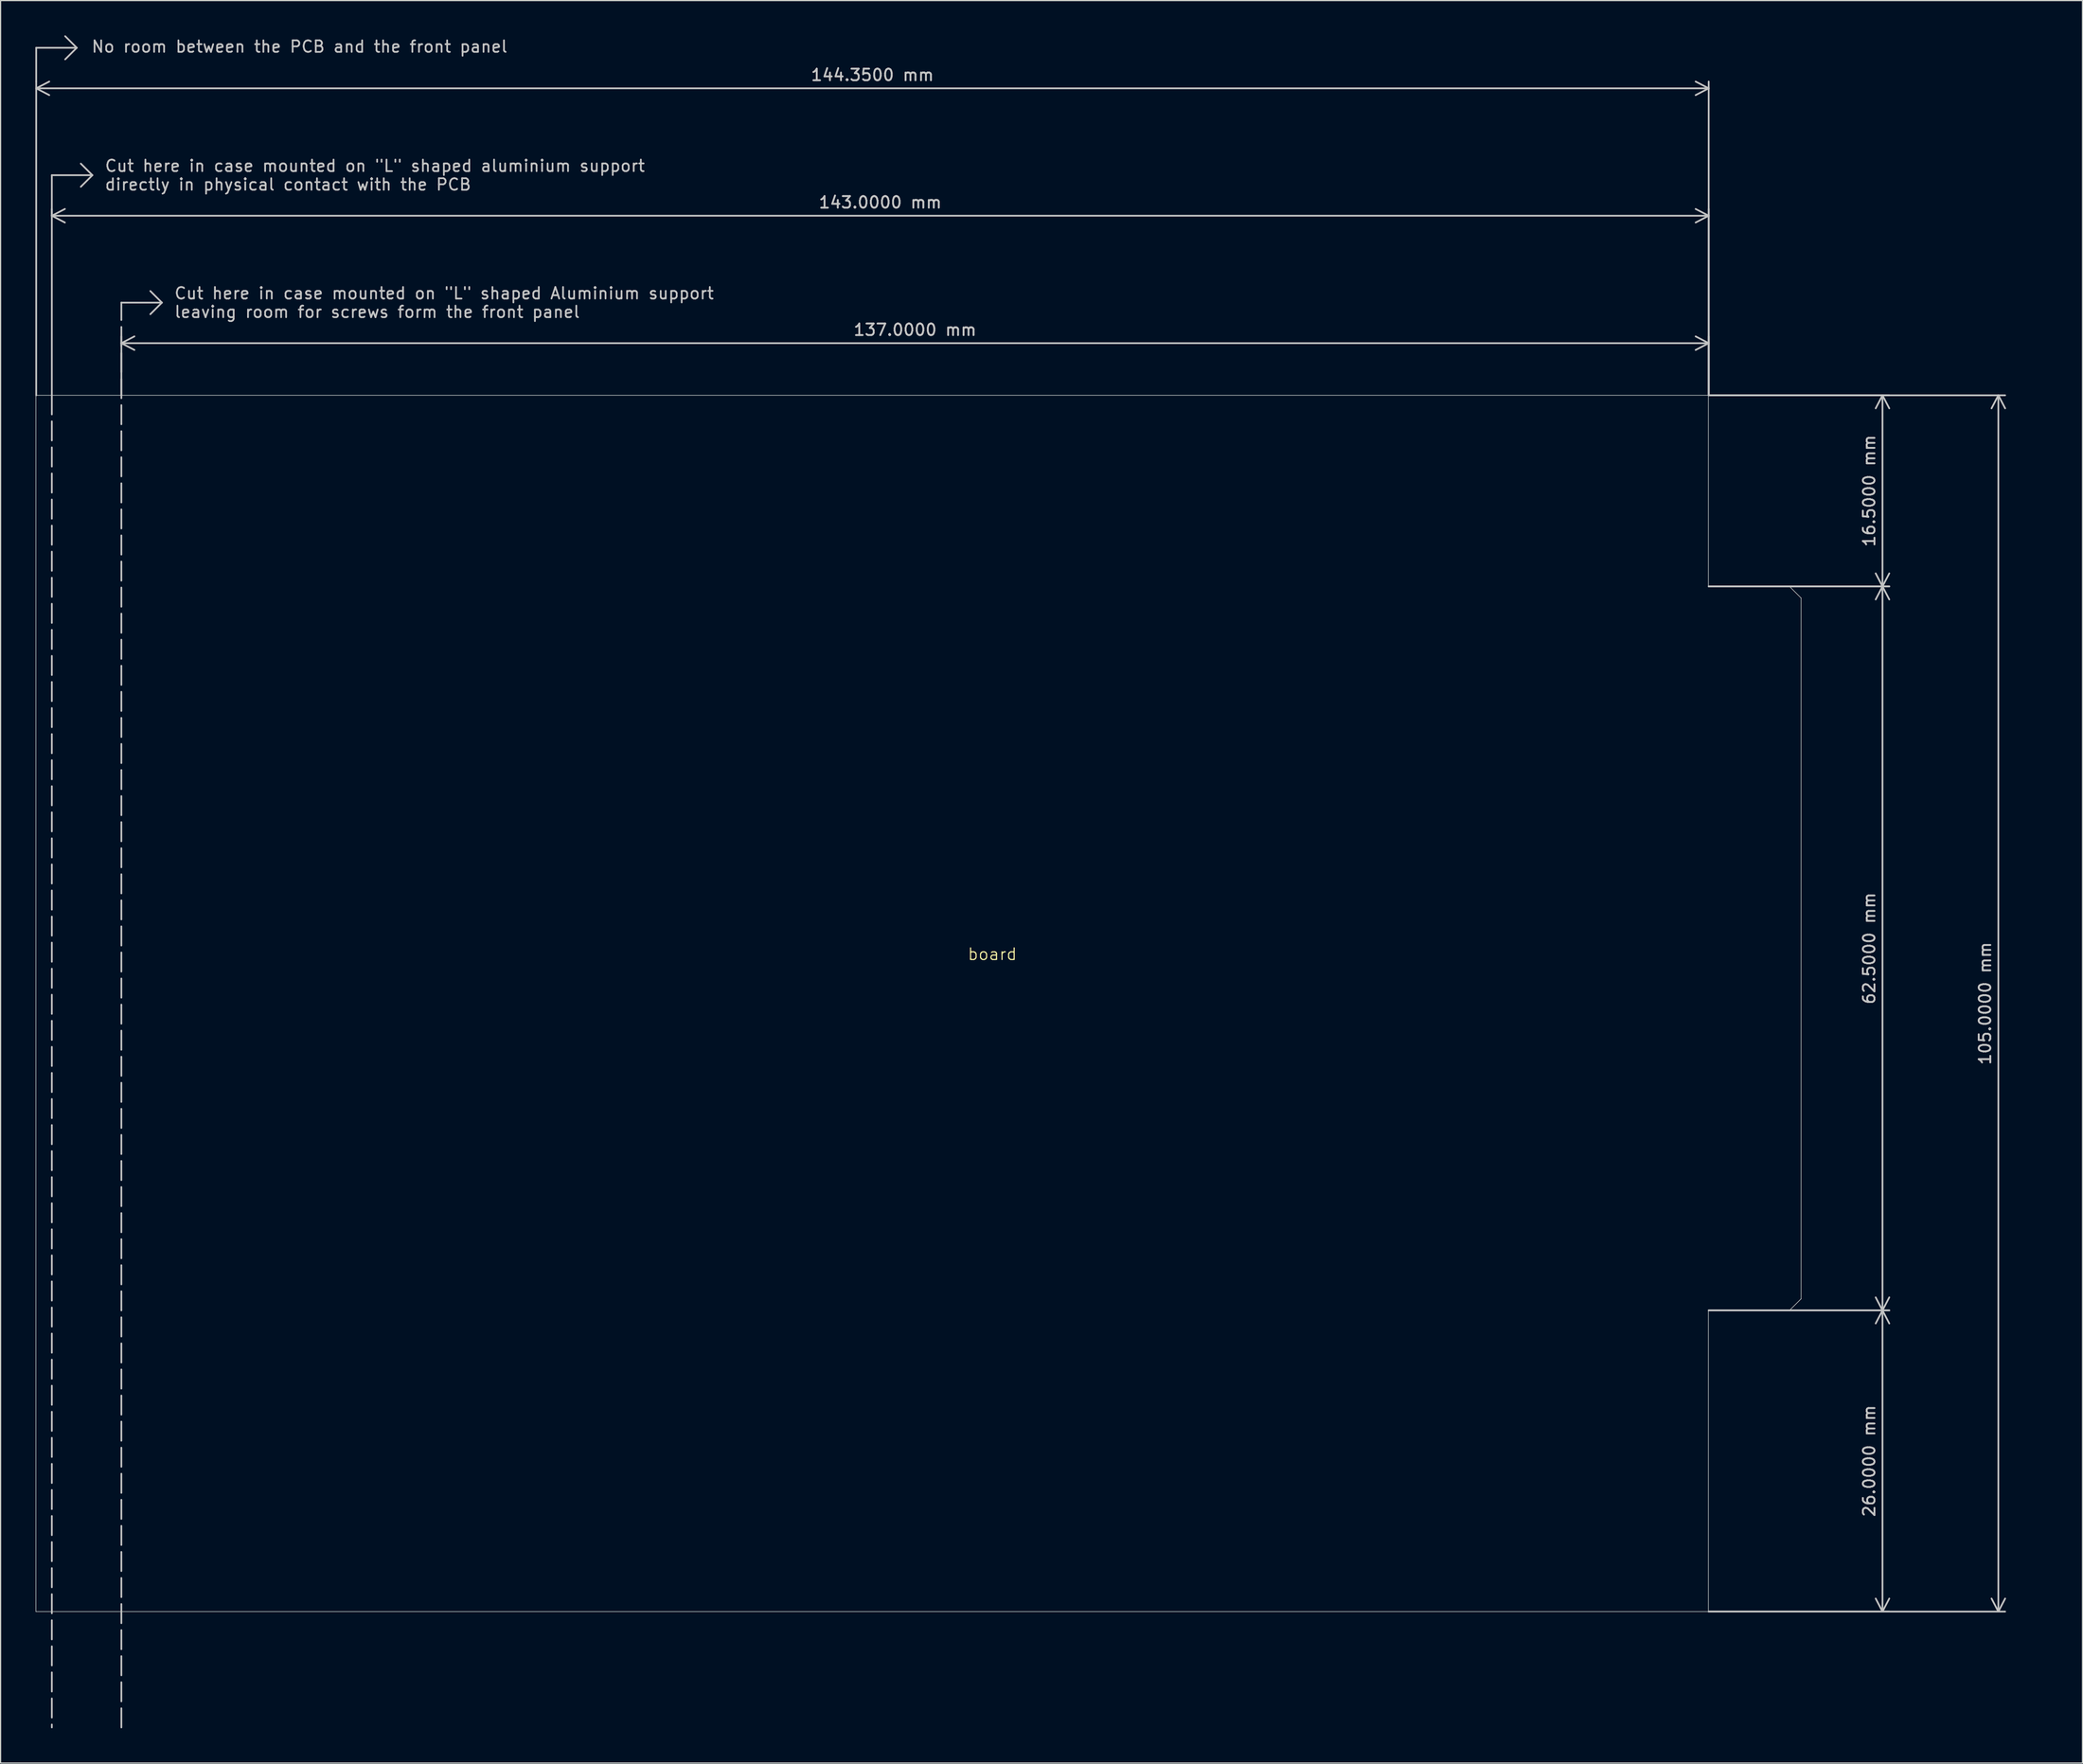
<source format=kicad_pcb>
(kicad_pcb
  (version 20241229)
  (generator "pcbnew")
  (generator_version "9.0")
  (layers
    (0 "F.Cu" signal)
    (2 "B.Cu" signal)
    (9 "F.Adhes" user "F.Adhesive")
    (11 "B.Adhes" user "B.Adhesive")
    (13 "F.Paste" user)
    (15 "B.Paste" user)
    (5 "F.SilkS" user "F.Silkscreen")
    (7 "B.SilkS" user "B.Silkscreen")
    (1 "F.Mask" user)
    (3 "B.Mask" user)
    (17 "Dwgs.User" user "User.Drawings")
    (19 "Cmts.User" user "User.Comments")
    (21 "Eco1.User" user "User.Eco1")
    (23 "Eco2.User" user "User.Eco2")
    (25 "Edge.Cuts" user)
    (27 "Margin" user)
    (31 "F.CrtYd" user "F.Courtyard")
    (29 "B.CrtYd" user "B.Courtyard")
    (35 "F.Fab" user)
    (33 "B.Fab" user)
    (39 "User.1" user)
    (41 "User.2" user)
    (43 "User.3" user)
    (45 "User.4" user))
  (footprint "board"
    (layer "F.Cu")
    (at 76.225 83.575)
    (property "Reference" "board" (at 6.375 -4.25 0) (unlocked yes) (layer "F.SilkS") (effects (font (size 1 1) (thickness 0.1))))
    (attr smd)
    (fp_line (start -76.15 -82.5) (end -72.65 -82.5) (stroke (width 0.15) (type solid)) (layer "Dwgs.User"))
    (fp_line (start -76.15 -79.6) (end -76.15 -82.5) (stroke (width 0.15) (type solid)) (layer "Dwgs.User"))
    (fp_line (start -74.8 -71.5) (end -71.3 -71.5) (stroke (width 0.15) (type solid)) (layer "Dwgs.User"))
    (fp_line (start -74.8 -68) (end -74.8 -71.5) (stroke (width 0.15) (type solid)) (layer "Dwgs.User"))
    (fp_line (start -74.8 -52.5) (end -74.8 62.5) (stroke (width 0.15) (type dash)) (layer "Dwgs.User"))
    (fp_line (start -73.65 -83.5) (end -72.65 -82.5) (stroke (width 0.15) (type solid)) (layer "Dwgs.User"))
    (fp_line (start -72.65 -82.5) (end -73.65 -81.5) (stroke (width 0.15) (type solid)) (layer "Dwgs.User"))
    (fp_line (start -72.3 -72.5) (end -71.3 -71.5) (stroke (width 0.15) (type solid)) (layer "Dwgs.User"))
    (fp_line (start -71.3 -71.5) (end -72.3 -70.5) (stroke (width 0.15) (type solid)) (layer "Dwgs.User"))
    (fp_line (start -68.8 -60.5) (end -65.3 -60.5) (stroke (width 0.15) (type solid)) (layer "Dwgs.User"))
    (fp_line (start -68.8 62.5) (end -68.8 -60.5) (stroke (width 0.15) (type dash)) (layer "Dwgs.User"))
    (fp_line (start -66.3 -61.5) (end -65.3 -60.5) (stroke (width 0.15) (type solid)) (layer "Dwgs.User"))
    (fp_line (start -65.3 -60.5) (end -66.3 -59.5) (stroke (width 0.15) (type solid)) (layer "Dwgs.User"))
    (fp_line (start -76.175 52.5) (end -76.175 -52.5) (stroke (width 0.05) (type solid)) (layer "Edge.Cuts"))
    (fp_line (start 68.175 -52.5) (end -76.175 -52.5) (stroke (width 0.05) (type solid)) (layer "Edge.Cuts"))
    (fp_line (start 68.175 -36) (end 68.175 -52.5) (stroke (width 0.05) (type solid)) (layer "Edge.Cuts"))
    (fp_line (start 68.175 -36) (end 75.175 -36) (stroke (width 0.05) (type solid)) (layer "Edge.Cuts"))
    (fp_line (start 68.175 26.5) (end 68.175 52.5) (stroke (width 0.05) (type solid)) (layer "Edge.Cuts"))
    (fp_line (start 68.175 26.5) (end 75.175 26.5) (stroke (width 0.05) (type solid)) (layer "Edge.Cuts"))
    (fp_line (start 68.175 52.5) (end -76.175 52.5) (stroke (width 0.05) (type solid)) (layer "Edge.Cuts"))
    (fp_line (start 75.175 -36) (end 76.175 -35) (stroke (width 0.05) (type solid)) (layer "Edge.Cuts"))
    (fp_line (start 75.175 26.5) (end 76.175 25.5) (stroke (width 0.05) (type solid)) (layer "Edge.Cuts"))
    (fp_line (start 76.175 25.5) (end 76.175 -35) (stroke (width 0.05) (type solid)) (layer "Edge.Cuts"))
    (fp_text user "Cut here in case mounted on \"L\" shaped aluminium support\ndirectly in physical contact with the PCB" (at -70.3 -71.5 0) (unlocked yes) (layer "Dwgs.User") (effects (font (size 1 1) (thickness 0.15)) (justify left)))
    (fp_text user "Cut here in case mounted on \"L\" shaped Aluminium support\nleaving room for screws form the front panel" (at -64.3 -60.5 0) (unlocked yes) (layer "Dwgs.User") (effects (font (size 1 1) (thickness 0.15)) (justify left)))
    (fp_text user "No room between the PCB and the front panel" (at -71.45 -82.6 0) (unlocked yes) (layer "Dwgs.User") (effects (font (size 1 1) (thickness 0.15)) (justify left)))
    (dimension (type aligned) (layer "Dwgs.User") (pts (xy 144.425 110.075) (xy 144.425 47.575)) (height 15) (format (prefix "") (suffix "") (units 3) (units_format 1) (precision 4)) (style (thickness 0.15) (arrow_length 1.27) (text_position_mode 0) (arrow_direction outward) (extension_height 0.586) (extension_offset 0) (keep_text_aligned yes)) (gr_text "62.5000 mm" (at 158.275 78.825 90) (layer "Dwgs.User") (effects (font (size 1 1) (thickness 0.15)))))
    (dimension (type aligned) (layer "Dwgs.User") (pts (xy 144.425 136.075) (xy 144.425 110.075)) (height 15) (format (prefix "") (suffix "") (units 3) (units_format 1) (precision 4)) (style (thickness 0.15) (arrow_length 1.27) (text_position_mode 0) (arrow_direction outward) (extension_height 0.586) (extension_offset 0) (keep_text_aligned yes)) (gr_text "26.0000 mm" (at 158.275 123.075 90) (layer "Dwgs.User") (effects (font (size 1 1) (thickness 0.15)))))
    (dimension (type aligned) (layer "Dwgs.User") (pts (xy 144.425 136.075) (xy 144.425 31.075)) (height 25) (format (prefix "") (suffix "") (units 3) (units_format 1) (precision 4)) (style (thickness 0.15) (arrow_length 1.27) (text_position_mode 0) (arrow_direction outward) (extension_height 0.586) (extension_offset 0) (keep_text_aligned yes)) (gr_text "105.0000 mm" (at 168.275 83.575 90) (layer "Dwgs.User") (effects (font (size 1 1) (thickness 0.15)))))
    (dimension (type aligned) (layer "Dwgs.User") (pts (xy 0.075 31.075) (xy 144.425 31.075)) (height -26.5) (format (prefix "") (suffix "") (units 3) (units_format 1) (precision 4)) (style (thickness 0.15) (arrow_length 1.27) (text_position_mode 0) (arrow_direction outward) (extension_height 0.586) (extension_offset 0) (keep_text_aligned yes)) (gr_text "144.3500 mm" (at 72.25 3.425 0) (layer "Dwgs.User") (effects (font (size 1 1) (thickness 0.15)))))
    (dimension (type aligned) (layer "Dwgs.User") (pts (xy 7.425 31.075) (xy 144.425 31.075)) (height -4.5) (format (prefix "") (suffix "") (units 3) (units_format 1) (precision 4)) (style (thickness 0.15) (arrow_length 1.27) (text_position_mode 0) (arrow_direction outward) (extension_height 0.586) (extension_offset 0) (keep_text_aligned yes)) (gr_text "137.0000 mm" (at 75.925 25.425 0) (layer "Dwgs.User") (effects (font (size 1 1) (thickness 0.15)))))
    (dimension (type aligned) (layer "Dwgs.User") (pts (xy 1.425 31.075) (xy 144.425 31.075)) (height -15.5) (format (prefix "") (suffix "") (units 3) (units_format 1) (precision 4)) (style (thickness 0.15) (arrow_length 1.27) (text_position_mode 0) (arrow_direction outward) (extension_height 0.586) (extension_offset 0) (keep_text_aligned yes)) (gr_text "143.0000 mm" (at 72.925 14.425 0) (layer "Dwgs.User") (effects (font (size 1 1) (thickness 0.15)))))
    (dimension (type aligned) (layer "Dwgs.User") (pts (xy 144.425 47.575) (xy 144.425 31.075)) (height 15) (format (prefix "") (suffix "") (units 3) (units_format 1) (precision 4)) (style (thickness 0.15) (arrow_length 1.27) (text_position_mode 0) (arrow_direction outward) (extension_height 0.586) (extension_offset 0) (keep_text_aligned yes)) (gr_text "16.5000 mm" (at 158.275 39.325 90) (layer "Dwgs.User") (effects (font (size 1 1) (thickness 0.15))))))
  (gr_rect
    (start -3 -3)
    (end 176.686 149.15)
    (stroke (width 0.1) (type default))
    (fill no)
    (layer "Edge.Cuts")))
</source>
